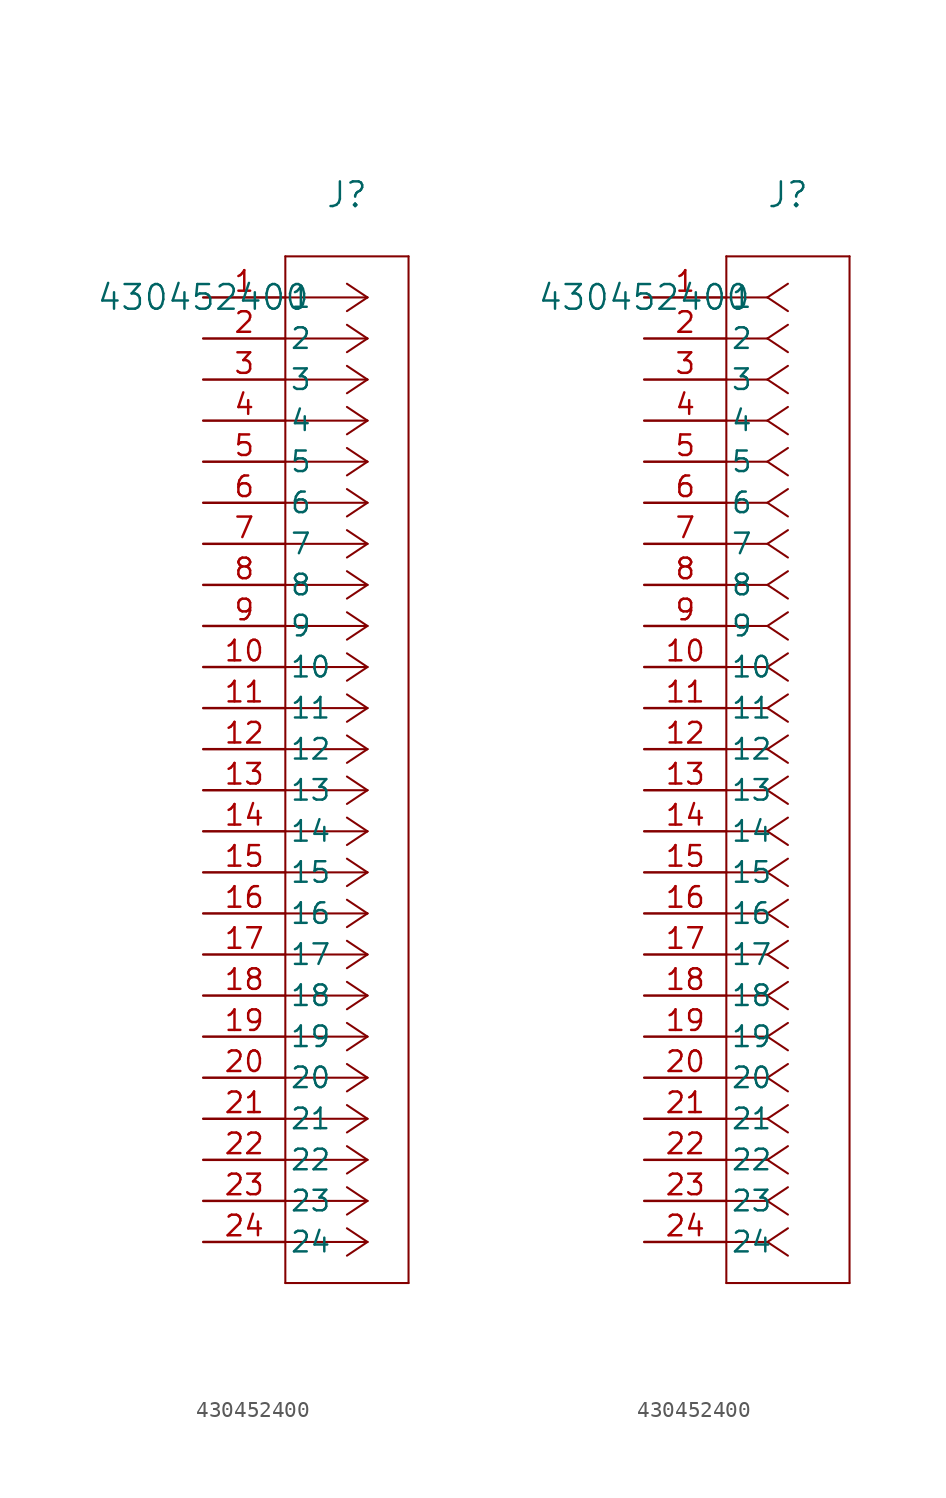
<source format=kicad_sym>
(kicad_symbol_lib
  (version 20231120)
  (generator "kicad_symbol_editor")
  (generator_version "8.0")
  (symbol "430452400"
    (pin_names
      (offset 0.254))
    (property "Reference" "J"
      (at 8.89 6.35 0)
      (effects (font (size 1.524 1.524))))
    (property "Value" "430452400"
      (at 0 0 0)
      (effects (font (size 1.524 1.524))))
    (property "ki_locked" ""
      (at 0 0 0)
      (effects (font (size 1.27 1.27))))
    (symbol "430452400_1_1"
      (polyline (pts (xy 5.08 -60.96) (xy 12.7 -60.96)) (stroke (width 0.127) (type default)) (fill (type none)))
      (polyline (pts (xy 5.08 2.54) (xy 5.08 -60.96)) (stroke (width 0.127) (type default)) (fill (type none)))
      (polyline (pts (xy 10.16 -58.42) (xy 5.08 -58.42)) (stroke (width 0.127) (type default)) (fill (type none)))
      (polyline (pts (xy 10.16 -58.42) (xy 8.89 -59.267)) (stroke (width 0.127) (type default)) (fill (type none)))
      (polyline (pts (xy 10.16 -58.42) (xy 8.89 -57.573)) (stroke (width 0.127) (type default)) (fill (type none)))
      (polyline (pts (xy 10.16 -55.88) (xy 5.08 -55.88)) (stroke (width 0.127) (type default)) (fill (type none)))
      (polyline (pts (xy 10.16 -55.88) (xy 8.89 -56.727)) (stroke (width 0.127) (type default)) (fill (type none)))
      (polyline (pts (xy 10.16 -55.88) (xy 8.89 -55.033)) (stroke (width 0.127) (type default)) (fill (type none)))
      (polyline (pts (xy 10.16 -53.34) (xy 5.08 -53.34)) (stroke (width 0.127) (type default)) (fill (type none)))
      (polyline (pts (xy 10.16 -53.34) (xy 8.89 -54.187)) (stroke (width 0.127) (type default)) (fill (type none)))
      (polyline (pts (xy 10.16 -53.34) (xy 8.89 -52.493)) (stroke (width 0.127) (type default)) (fill (type none)))
      (polyline (pts (xy 10.16 -50.8) (xy 5.08 -50.8)) (stroke (width 0.127) (type default)) (fill (type none)))
      (polyline (pts (xy 10.16 -50.8) (xy 8.89 -51.647)) (stroke (width 0.127) (type default)) (fill (type none)))
      (polyline (pts (xy 10.16 -50.8) (xy 8.89 -49.953)) (stroke (width 0.127) (type default)) (fill (type none)))
      (polyline (pts (xy 10.16 -48.26) (xy 5.08 -48.26)) (stroke (width 0.127) (type default)) (fill (type none)))
      (polyline (pts (xy 10.16 -48.26) (xy 8.89 -49.107)) (stroke (width 0.127) (type default)) (fill (type none)))
      (polyline (pts (xy 10.16 -48.26) (xy 8.89 -47.413)) (stroke (width 0.127) (type default)) (fill (type none)))
      (polyline (pts (xy 10.16 -45.72) (xy 5.08 -45.72)) (stroke (width 0.127) (type default)) (fill (type none)))
      (polyline (pts (xy 10.16 -45.72) (xy 8.89 -46.567)) (stroke (width 0.127) (type default)) (fill (type none)))
      (polyline (pts (xy 10.16 -45.72) (xy 8.89 -44.873)) (stroke (width 0.127) (type default)) (fill (type none)))
      (polyline (pts (xy 10.16 -43.18) (xy 5.08 -43.18)) (stroke (width 0.127) (type default)) (fill (type none)))
      (polyline (pts (xy 10.16 -43.18) (xy 8.89 -44.027)) (stroke (width 0.127) (type default)) (fill (type none)))
      (polyline (pts (xy 10.16 -43.18) (xy 8.89 -42.333)) (stroke (width 0.127) (type default)) (fill (type none)))
      (polyline (pts (xy 10.16 -40.64) (xy 5.08 -40.64)) (stroke (width 0.127) (type default)) (fill (type none)))
      (polyline (pts (xy 10.16 -40.64) (xy 8.89 -41.487)) (stroke (width 0.127) (type default)) (fill (type none)))
      (polyline (pts (xy 10.16 -40.64) (xy 8.89 -39.793)) (stroke (width 0.127) (type default)) (fill (type none)))
      (polyline (pts (xy 10.16 -38.1) (xy 5.08 -38.1)) (stroke (width 0.127) (type default)) (fill (type none)))
      (polyline (pts (xy 10.16 -38.1) (xy 8.89 -38.947)) (stroke (width 0.127) (type default)) (fill (type none)))
      (polyline (pts (xy 10.16 -38.1) (xy 8.89 -37.253)) (stroke (width 0.127) (type default)) (fill (type none)))
      (polyline (pts (xy 10.16 -35.56) (xy 5.08 -35.56)) (stroke (width 0.127) (type default)) (fill (type none)))
      (polyline (pts (xy 10.16 -35.56) (xy 8.89 -36.407)) (stroke (width 0.127) (type default)) (fill (type none)))
      (polyline (pts (xy 10.16 -35.56) (xy 8.89 -34.713)) (stroke (width 0.127) (type default)) (fill (type none)))
      (polyline (pts (xy 10.16 -33.02) (xy 5.08 -33.02)) (stroke (width 0.127) (type default)) (fill (type none)))
      (polyline (pts (xy 10.16 -33.02) (xy 8.89 -33.867)) (stroke (width 0.127) (type default)) (fill (type none)))
      (polyline (pts (xy 10.16 -33.02) (xy 8.89 -32.173)) (stroke (width 0.127) (type default)) (fill (type none)))
      (polyline (pts (xy 10.16 -30.48) (xy 5.08 -30.48)) (stroke (width 0.127) (type default)) (fill (type none)))
      (polyline (pts (xy 10.16 -30.48) (xy 8.89 -31.327)) (stroke (width 0.127) (type default)) (fill (type none)))
      (polyline (pts (xy 10.16 -30.48) (xy 8.89 -29.633)) (stroke (width 0.127) (type default)) (fill (type none)))
      (polyline (pts (xy 10.16 -27.94) (xy 5.08 -27.94)) (stroke (width 0.127) (type default)) (fill (type none)))
      (polyline (pts (xy 10.16 -27.94) (xy 8.89 -28.787)) (stroke (width 0.127) (type default)) (fill (type none)))
      (polyline (pts (xy 10.16 -27.94) (xy 8.89 -27.093)) (stroke (width 0.127) (type default)) (fill (type none)))
      (polyline (pts (xy 10.16 -25.4) (xy 5.08 -25.4)) (stroke (width 0.127) (type default)) (fill (type none)))
      (polyline (pts (xy 10.16 -25.4) (xy 8.89 -26.247)) (stroke (width 0.127) (type default)) (fill (type none)))
      (polyline (pts (xy 10.16 -25.4) (xy 8.89 -24.553)) (stroke (width 0.127) (type default)) (fill (type none)))
      (polyline (pts (xy 10.16 -22.86) (xy 5.08 -22.86)) (stroke (width 0.127) (type default)) (fill (type none)))
      (polyline (pts (xy 10.16 -22.86) (xy 8.89 -23.707)) (stroke (width 0.127) (type default)) (fill (type none)))
      (polyline (pts (xy 10.16 -22.86) (xy 8.89 -22.013)) (stroke (width 0.127) (type default)) (fill (type none)))
      (polyline (pts (xy 10.16 -20.32) (xy 5.08 -20.32)) (stroke (width 0.127) (type default)) (fill (type none)))
      (polyline (pts (xy 10.16 -20.32) (xy 8.89 -21.167)) (stroke (width 0.127) (type default)) (fill (type none)))
      (polyline (pts (xy 10.16 -20.32) (xy 8.89 -19.473)) (stroke (width 0.127) (type default)) (fill (type none)))
      (polyline (pts (xy 10.16 -17.78) (xy 5.08 -17.78)) (stroke (width 0.127) (type default)) (fill (type none)))
      (polyline (pts (xy 10.16 -17.78) (xy 8.89 -18.627)) (stroke (width 0.127) (type default)) (fill (type none)))
      (polyline (pts (xy 10.16 -17.78) (xy 8.89 -16.933)) (stroke (width 0.127) (type default)) (fill (type none)))
      (polyline (pts (xy 10.16 -15.24) (xy 5.08 -15.24)) (stroke (width 0.127) (type default)) (fill (type none)))
      (polyline (pts (xy 10.16 -15.24) (xy 8.89 -16.087)) (stroke (width 0.127) (type default)) (fill (type none)))
      (polyline (pts (xy 10.16 -15.24) (xy 8.89 -14.393)) (stroke (width 0.127) (type default)) (fill (type none)))
      (polyline (pts (xy 10.16 -12.7) (xy 5.08 -12.7)) (stroke (width 0.127) (type default)) (fill (type none)))
      (polyline (pts (xy 10.16 -12.7) (xy 8.89 -13.547)) (stroke (width 0.127) (type default)) (fill (type none)))
      (polyline (pts (xy 10.16 -12.7) (xy 8.89 -11.853)) (stroke (width 0.127) (type default)) (fill (type none)))
      (polyline (pts (xy 10.16 -10.16) (xy 5.08 -10.16)) (stroke (width 0.127) (type default)) (fill (type none)))
      (polyline (pts (xy 10.16 -10.16) (xy 8.89 -11.007)) (stroke (width 0.127) (type default)) (fill (type none)))
      (polyline (pts (xy 10.16 -10.16) (xy 8.89 -9.313)) (stroke (width 0.127) (type default)) (fill (type none)))
      (polyline (pts (xy 10.16 -7.62) (xy 5.08 -7.62)) (stroke (width 0.127) (type default)) (fill (type none)))
      (polyline (pts (xy 10.16 -7.62) (xy 8.89 -8.467)) (stroke (width 0.127) (type default)) (fill (type none)))
      (polyline (pts (xy 10.16 -7.62) (xy 8.89 -6.773)) (stroke (width 0.127) (type default)) (fill (type none)))
      (polyline (pts (xy 10.16 -5.08) (xy 5.08 -5.08)) (stroke (width 0.127) (type default)) (fill (type none)))
      (polyline (pts (xy 10.16 -5.08) (xy 8.89 -5.927)) (stroke (width 0.127) (type default)) (fill (type none)))
      (polyline (pts (xy 10.16 -5.08) (xy 8.89 -4.233)) (stroke (width 0.127) (type default)) (fill (type none)))
      (polyline (pts (xy 10.16 -2.54) (xy 5.08 -2.54)) (stroke (width 0.127) (type default)) (fill (type none)))
      (polyline (pts (xy 10.16 -2.54) (xy 8.89 -3.387)) (stroke (width 0.127) (type default)) (fill (type none)))
      (polyline (pts (xy 10.16 -2.54) (xy 8.89 -1.693)) (stroke (width 0.127) (type default)) (fill (type none)))
      (polyline (pts (xy 10.16 0) (xy 5.08 0)) (stroke (width 0.127) (type default)) (fill (type none)))
      (polyline (pts (xy 10.16 0) (xy 8.89 -0.847)) (stroke (width 0.127) (type default)) (fill (type none)))
      (polyline (pts (xy 10.16 0) (xy 8.89 0.847)) (stroke (width 0.127) (type default)) (fill (type none)))
      (polyline (pts (xy 12.7 -60.96) (xy 12.7 2.54)) (stroke (width 0.127) (type default)) (fill (type none)))
      (polyline (pts (xy 12.7 2.54) (xy 5.08 2.54)) (stroke (width 0.127) (type default)) (fill (type none)))
      (pin unspecified line (at 0 0 0) (length 5.08) (name "1" (effects (font (size 1.27 1.27)))) (number "1" (effects (font (size 1.27 1.27)))))
      (pin unspecified line (at 0 -22.86 0) (length 5.08) (name "10" (effects (font (size 1.27 1.27)))) (number "10" (effects (font (size 1.27 1.27)))))
      (pin unspecified line (at 0 -25.4 0) (length 5.08) (name "11" (effects (font (size 1.27 1.27)))) (number "11" (effects (font (size 1.27 1.27)))))
      (pin unspecified line (at 0 -27.94 0) (length 5.08) (name "12" (effects (font (size 1.27 1.27)))) (number "12" (effects (font (size 1.27 1.27)))))
      (pin unspecified line (at 0 -30.48 0) (length 5.08) (name "13" (effects (font (size 1.27 1.27)))) (number "13" (effects (font (size 1.27 1.27)))))
      (pin unspecified line (at 0 -33.02 0) (length 5.08) (name "14" (effects (font (size 1.27 1.27)))) (number "14" (effects (font (size 1.27 1.27)))))
      (pin unspecified line (at 0 -35.56 0) (length 5.08) (name "15" (effects (font (size 1.27 1.27)))) (number "15" (effects (font (size 1.27 1.27)))))
      (pin unspecified line (at 0 -38.1 0) (length 5.08) (name "16" (effects (font (size 1.27 1.27)))) (number "16" (effects (font (size 1.27 1.27)))))
      (pin unspecified line (at 0 -40.64 0) (length 5.08) (name "17" (effects (font (size 1.27 1.27)))) (number "17" (effects (font (size 1.27 1.27)))))
      (pin unspecified line (at 0 -43.18 0) (length 5.08) (name "18" (effects (font (size 1.27 1.27)))) (number "18" (effects (font (size 1.27 1.27)))))
      (pin unspecified line (at 0 -45.72 0) (length 5.08) (name "19" (effects (font (size 1.27 1.27)))) (number "19" (effects (font (size 1.27 1.27)))))
      (pin unspecified line (at 0 -2.54 0) (length 5.08) (name "2" (effects (font (size 1.27 1.27)))) (number "2" (effects (font (size 1.27 1.27)))))
      (pin unspecified line (at 0 -48.26 0) (length 5.08) (name "20" (effects (font (size 1.27 1.27)))) (number "20" (effects (font (size 1.27 1.27)))))
      (pin unspecified line (at 0 -50.8 0) (length 5.08) (name "21" (effects (font (size 1.27 1.27)))) (number "21" (effects (font (size 1.27 1.27)))))
      (pin unspecified line (at 0 -53.34 0) (length 5.08) (name "22" (effects (font (size 1.27 1.27)))) (number "22" (effects (font (size 1.27 1.27)))))
      (pin unspecified line (at 0 -55.88 0) (length 5.08) (name "23" (effects (font (size 1.27 1.27)))) (number "23" (effects (font (size 1.27 1.27)))))
      (pin unspecified line (at 0 -58.42 0) (length 5.08) (name "24" (effects (font (size 1.27 1.27)))) (number "24" (effects (font (size 1.27 1.27)))))
      (pin unspecified line (at 0 -5.08 0) (length 5.08) (name "3" (effects (font (size 1.27 1.27)))) (number "3" (effects (font (size 1.27 1.27)))))
      (pin unspecified line (at 0 -7.62 0) (length 5.08) (name "4" (effects (font (size 1.27 1.27)))) (number "4" (effects (font (size 1.27 1.27)))))
      (pin unspecified line (at 0 -10.16 0) (length 5.08) (name "5" (effects (font (size 1.27 1.27)))) (number "5" (effects (font (size 1.27 1.27)))))
      (pin unspecified line (at 0 -12.7 0) (length 5.08) (name "6" (effects (font (size 1.27 1.27)))) (number "6" (effects (font (size 1.27 1.27)))))
      (pin unspecified line (at 0 -15.24 0) (length 5.08) (name "7" (effects (font (size 1.27 1.27)))) (number "7" (effects (font (size 1.27 1.27)))))
      (pin unspecified line (at 0 -17.78 0) (length 5.08) (name "8" (effects (font (size 1.27 1.27)))) (number "8" (effects (font (size 1.27 1.27)))))
      (pin unspecified line (at 0 -20.32 0) (length 5.08) (name "9" (effects (font (size 1.27 1.27)))) (number "9" (effects (font (size 1.27 1.27))))))
    (symbol "430452400_1_2"
      (polyline (pts (xy 5.08 -60.96) (xy 12.7 -60.96)) (stroke (width 0.127) (type default)) (fill (type none)))
      (polyline (pts (xy 5.08 2.54) (xy 5.08 -60.96)) (stroke (width 0.127) (type default)) (fill (type none)))
      (polyline (pts (xy 7.62 -58.42) (xy 5.08 -58.42)) (stroke (width 0.127) (type default)) (fill (type none)))
      (polyline (pts (xy 7.62 -58.42) (xy 8.89 -59.267)) (stroke (width 0.127) (type default)) (fill (type none)))
      (polyline (pts (xy 7.62 -58.42) (xy 8.89 -57.573)) (stroke (width 0.127) (type default)) (fill (type none)))
      (polyline (pts (xy 7.62 -55.88) (xy 5.08 -55.88)) (stroke (width 0.127) (type default)) (fill (type none)))
      (polyline (pts (xy 7.62 -55.88) (xy 8.89 -56.727)) (stroke (width 0.127) (type default)) (fill (type none)))
      (polyline (pts (xy 7.62 -55.88) (xy 8.89 -55.033)) (stroke (width 0.127) (type default)) (fill (type none)))
      (polyline (pts (xy 7.62 -53.34) (xy 5.08 -53.34)) (stroke (width 0.127) (type default)) (fill (type none)))
      (polyline (pts (xy 7.62 -53.34) (xy 8.89 -54.187)) (stroke (width 0.127) (type default)) (fill (type none)))
      (polyline (pts (xy 7.62 -53.34) (xy 8.89 -52.493)) (stroke (width 0.127) (type default)) (fill (type none)))
      (polyline (pts (xy 7.62 -50.8) (xy 5.08 -50.8)) (stroke (width 0.127) (type default)) (fill (type none)))
      (polyline (pts (xy 7.62 -50.8) (xy 8.89 -51.647)) (stroke (width 0.127) (type default)) (fill (type none)))
      (polyline (pts (xy 7.62 -50.8) (xy 8.89 -49.953)) (stroke (width 0.127) (type default)) (fill (type none)))
      (polyline (pts (xy 7.62 -48.26) (xy 5.08 -48.26)) (stroke (width 0.127) (type default)) (fill (type none)))
      (polyline (pts (xy 7.62 -48.26) (xy 8.89 -49.107)) (stroke (width 0.127) (type default)) (fill (type none)))
      (polyline (pts (xy 7.62 -48.26) (xy 8.89 -47.413)) (stroke (width 0.127) (type default)) (fill (type none)))
      (polyline (pts (xy 7.62 -45.72) (xy 5.08 -45.72)) (stroke (width 0.127) (type default)) (fill (type none)))
      (polyline (pts (xy 7.62 -45.72) (xy 8.89 -46.567)) (stroke (width 0.127) (type default)) (fill (type none)))
      (polyline (pts (xy 7.62 -45.72) (xy 8.89 -44.873)) (stroke (width 0.127) (type default)) (fill (type none)))
      (polyline (pts (xy 7.62 -43.18) (xy 5.08 -43.18)) (stroke (width 0.127) (type default)) (fill (type none)))
      (polyline (pts (xy 7.62 -43.18) (xy 8.89 -44.027)) (stroke (width 0.127) (type default)) (fill (type none)))
      (polyline (pts (xy 7.62 -43.18) (xy 8.89 -42.333)) (stroke (width 0.127) (type default)) (fill (type none)))
      (polyline (pts (xy 7.62 -40.64) (xy 5.08 -40.64)) (stroke (width 0.127) (type default)) (fill (type none)))
      (polyline (pts (xy 7.62 -40.64) (xy 8.89 -41.487)) (stroke (width 0.127) (type default)) (fill (type none)))
      (polyline (pts (xy 7.62 -40.64) (xy 8.89 -39.793)) (stroke (width 0.127) (type default)) (fill (type none)))
      (polyline (pts (xy 7.62 -38.1) (xy 5.08 -38.1)) (stroke (width 0.127) (type default)) (fill (type none)))
      (polyline (pts (xy 7.62 -38.1) (xy 8.89 -38.947)) (stroke (width 0.127) (type default)) (fill (type none)))
      (polyline (pts (xy 7.62 -38.1) (xy 8.89 -37.253)) (stroke (width 0.127) (type default)) (fill (type none)))
      (polyline (pts (xy 7.62 -35.56) (xy 5.08 -35.56)) (stroke (width 0.127) (type default)) (fill (type none)))
      (polyline (pts (xy 7.62 -35.56) (xy 8.89 -36.407)) (stroke (width 0.127) (type default)) (fill (type none)))
      (polyline (pts (xy 7.62 -35.56) (xy 8.89 -34.713)) (stroke (width 0.127) (type default)) (fill (type none)))
      (polyline (pts (xy 7.62 -33.02) (xy 5.08 -33.02)) (stroke (width 0.127) (type default)) (fill (type none)))
      (polyline (pts (xy 7.62 -33.02) (xy 8.89 -33.867)) (stroke (width 0.127) (type default)) (fill (type none)))
      (polyline (pts (xy 7.62 -33.02) (xy 8.89 -32.173)) (stroke (width 0.127) (type default)) (fill (type none)))
      (polyline (pts (xy 7.62 -30.48) (xy 5.08 -30.48)) (stroke (width 0.127) (type default)) (fill (type none)))
      (polyline (pts (xy 7.62 -30.48) (xy 8.89 -31.327)) (stroke (width 0.127) (type default)) (fill (type none)))
      (polyline (pts (xy 7.62 -30.48) (xy 8.89 -29.633)) (stroke (width 0.127) (type default)) (fill (type none)))
      (polyline (pts (xy 7.62 -27.94) (xy 5.08 -27.94)) (stroke (width 0.127) (type default)) (fill (type none)))
      (polyline (pts (xy 7.62 -27.94) (xy 8.89 -28.787)) (stroke (width 0.127) (type default)) (fill (type none)))
      (polyline (pts (xy 7.62 -27.94) (xy 8.89 -27.093)) (stroke (width 0.127) (type default)) (fill (type none)))
      (polyline (pts (xy 7.62 -25.4) (xy 5.08 -25.4)) (stroke (width 0.127) (type default)) (fill (type none)))
      (polyline (pts (xy 7.62 -25.4) (xy 8.89 -26.247)) (stroke (width 0.127) (type default)) (fill (type none)))
      (polyline (pts (xy 7.62 -25.4) (xy 8.89 -24.553)) (stroke (width 0.127) (type default)) (fill (type none)))
      (polyline (pts (xy 7.62 -22.86) (xy 5.08 -22.86)) (stroke (width 0.127) (type default)) (fill (type none)))
      (polyline (pts (xy 7.62 -22.86) (xy 8.89 -23.707)) (stroke (width 0.127) (type default)) (fill (type none)))
      (polyline (pts (xy 7.62 -22.86) (xy 8.89 -22.013)) (stroke (width 0.127) (type default)) (fill (type none)))
      (polyline (pts (xy 7.62 -20.32) (xy 5.08 -20.32)) (stroke (width 0.127) (type default)) (fill (type none)))
      (polyline (pts (xy 7.62 -20.32) (xy 8.89 -21.167)) (stroke (width 0.127) (type default)) (fill (type none)))
      (polyline (pts (xy 7.62 -20.32) (xy 8.89 -19.473)) (stroke (width 0.127) (type default)) (fill (type none)))
      (polyline (pts (xy 7.62 -17.78) (xy 5.08 -17.78)) (stroke (width 0.127) (type default)) (fill (type none)))
      (polyline (pts (xy 7.62 -17.78) (xy 8.89 -18.627)) (stroke (width 0.127) (type default)) (fill (type none)))
      (polyline (pts (xy 7.62 -17.78) (xy 8.89 -16.933)) (stroke (width 0.127) (type default)) (fill (type none)))
      (polyline (pts (xy 7.62 -15.24) (xy 5.08 -15.24)) (stroke (width 0.127) (type default)) (fill (type none)))
      (polyline (pts (xy 7.62 -15.24) (xy 8.89 -16.087)) (stroke (width 0.127) (type default)) (fill (type none)))
      (polyline (pts (xy 7.62 -15.24) (xy 8.89 -14.393)) (stroke (width 0.127) (type default)) (fill (type none)))
      (polyline (pts (xy 7.62 -12.7) (xy 5.08 -12.7)) (stroke (width 0.127) (type default)) (fill (type none)))
      (polyline (pts (xy 7.62 -12.7) (xy 8.89 -13.547)) (stroke (width 0.127) (type default)) (fill (type none)))
      (polyline (pts (xy 7.62 -12.7) (xy 8.89 -11.853)) (stroke (width 0.127) (type default)) (fill (type none)))
      (polyline (pts (xy 7.62 -10.16) (xy 5.08 -10.16)) (stroke (width 0.127) (type default)) (fill (type none)))
      (polyline (pts (xy 7.62 -10.16) (xy 8.89 -11.007)) (stroke (width 0.127) (type default)) (fill (type none)))
      (polyline (pts (xy 7.62 -10.16) (xy 8.89 -9.313)) (stroke (width 0.127) (type default)) (fill (type none)))
      (polyline (pts (xy 7.62 -7.62) (xy 5.08 -7.62)) (stroke (width 0.127) (type default)) (fill (type none)))
      (polyline (pts (xy 7.62 -7.62) (xy 8.89 -8.467)) (stroke (width 0.127) (type default)) (fill (type none)))
      (polyline (pts (xy 7.62 -7.62) (xy 8.89 -6.773)) (stroke (width 0.127) (type default)) (fill (type none)))
      (polyline (pts (xy 7.62 -5.08) (xy 5.08 -5.08)) (stroke (width 0.127) (type default)) (fill (type none)))
      (polyline (pts (xy 7.62 -5.08) (xy 8.89 -5.927)) (stroke (width 0.127) (type default)) (fill (type none)))
      (polyline (pts (xy 7.62 -5.08) (xy 8.89 -4.233)) (stroke (width 0.127) (type default)) (fill (type none)))
      (polyline (pts (xy 7.62 -2.54) (xy 5.08 -2.54)) (stroke (width 0.127) (type default)) (fill (type none)))
      (polyline (pts (xy 7.62 -2.54) (xy 8.89 -3.387)) (stroke (width 0.127) (type default)) (fill (type none)))
      (polyline (pts (xy 7.62 -2.54) (xy 8.89 -1.693)) (stroke (width 0.127) (type default)) (fill (type none)))
      (polyline (pts (xy 7.62 0) (xy 5.08 0)) (stroke (width 0.127) (type default)) (fill (type none)))
      (polyline (pts (xy 7.62 0) (xy 8.89 -0.847)) (stroke (width 0.127) (type default)) (fill (type none)))
      (polyline (pts (xy 7.62 0) (xy 8.89 0.847)) (stroke (width 0.127) (type default)) (fill (type none)))
      (polyline (pts (xy 12.7 -60.96) (xy 12.7 2.54)) (stroke (width 0.127) (type default)) (fill (type none)))
      (polyline (pts (xy 12.7 2.54) (xy 5.08 2.54)) (stroke (width 0.127) (type default)) (fill (type none)))
      (pin unspecified line (at 0 0 0) (length 5.08) (name "1" (effects (font (size 1.27 1.27)))) (number "1" (effects (font (size 1.27 1.27)))))
      (pin unspecified line (at 0 -22.86 0) (length 5.08) (name "10" (effects (font (size 1.27 1.27)))) (number "10" (effects (font (size 1.27 1.27)))))
      (pin unspecified line (at 0 -25.4 0) (length 5.08) (name "11" (effects (font (size 1.27 1.27)))) (number "11" (effects (font (size 1.27 1.27)))))
      (pin unspecified line (at 0 -27.94 0) (length 5.08) (name "12" (effects (font (size 1.27 1.27)))) (number "12" (effects (font (size 1.27 1.27)))))
      (pin unspecified line (at 0 -30.48 0) (length 5.08) (name "13" (effects (font (size 1.27 1.27)))) (number "13" (effects (font (size 1.27 1.27)))))
      (pin unspecified line (at 0 -33.02 0) (length 5.08) (name "14" (effects (font (size 1.27 1.27)))) (number "14" (effects (font (size 1.27 1.27)))))
      (pin unspecified line (at 0 -35.56 0) (length 5.08) (name "15" (effects (font (size 1.27 1.27)))) (number "15" (effects (font (size 1.27 1.27)))))
      (pin unspecified line (at 0 -38.1 0) (length 5.08) (name "16" (effects (font (size 1.27 1.27)))) (number "16" (effects (font (size 1.27 1.27)))))
      (pin unspecified line (at 0 -40.64 0) (length 5.08) (name "17" (effects (font (size 1.27 1.27)))) (number "17" (effects (font (size 1.27 1.27)))))
      (pin unspecified line (at 0 -43.18 0) (length 5.08) (name "18" (effects (font (size 1.27 1.27)))) (number "18" (effects (font (size 1.27 1.27)))))
      (pin unspecified line (at 0 -45.72 0) (length 5.08) (name "19" (effects (font (size 1.27 1.27)))) (number "19" (effects (font (size 1.27 1.27)))))
      (pin unspecified line (at 0 -2.54 0) (length 5.08) (name "2" (effects (font (size 1.27 1.27)))) (number "2" (effects (font (size 1.27 1.27)))))
      (pin unspecified line (at 0 -48.26 0) (length 5.08) (name "20" (effects (font (size 1.27 1.27)))) (number "20" (effects (font (size 1.27 1.27)))))
      (pin unspecified line (at 0 -50.8 0) (length 5.08) (name "21" (effects (font (size 1.27 1.27)))) (number "21" (effects (font (size 1.27 1.27)))))
      (pin unspecified line (at 0 -53.34 0) (length 5.08) (name "22" (effects (font (size 1.27 1.27)))) (number "22" (effects (font (size 1.27 1.27)))))
      (pin unspecified line (at 0 -55.88 0) (length 5.08) (name "23" (effects (font (size 1.27 1.27)))) (number "23" (effects (font (size 1.27 1.27)))))
      (pin unspecified line (at 0 -58.42 0) (length 5.08) (name "24" (effects (font (size 1.27 1.27)))) (number "24" (effects (font (size 1.27 1.27)))))
      (pin unspecified line (at 0 -5.08 0) (length 5.08) (name "3" (effects (font (size 1.27 1.27)))) (number "3" (effects (font (size 1.27 1.27)))))
      (pin unspecified line (at 0 -7.62 0) (length 5.08) (name "4" (effects (font (size 1.27 1.27)))) (number "4" (effects (font (size 1.27 1.27)))))
      (pin unspecified line (at 0 -10.16 0) (length 5.08) (name "5" (effects (font (size 1.27 1.27)))) (number "5" (effects (font (size 1.27 1.27)))))
      (pin unspecified line (at 0 -12.7 0) (length 5.08) (name "6" (effects (font (size 1.27 1.27)))) (number "6" (effects (font (size 1.27 1.27)))))
      (pin unspecified line (at 0 -15.24 0) (length 5.08) (name "7" (effects (font (size 1.27 1.27)))) (number "7" (effects (font (size 1.27 1.27)))))
      (pin unspecified line (at 0 -17.78 0) (length 5.08) (name "8" (effects (font (size 1.27 1.27)))) (number "8" (effects (font (size 1.27 1.27)))))
      (pin unspecified line (at 0 -20.32 0) (length 5.08) (name "9" (effects (font (size 1.27 1.27)))) (number "9" (effects (font (size 1.27 1.27))))))))
</source>
